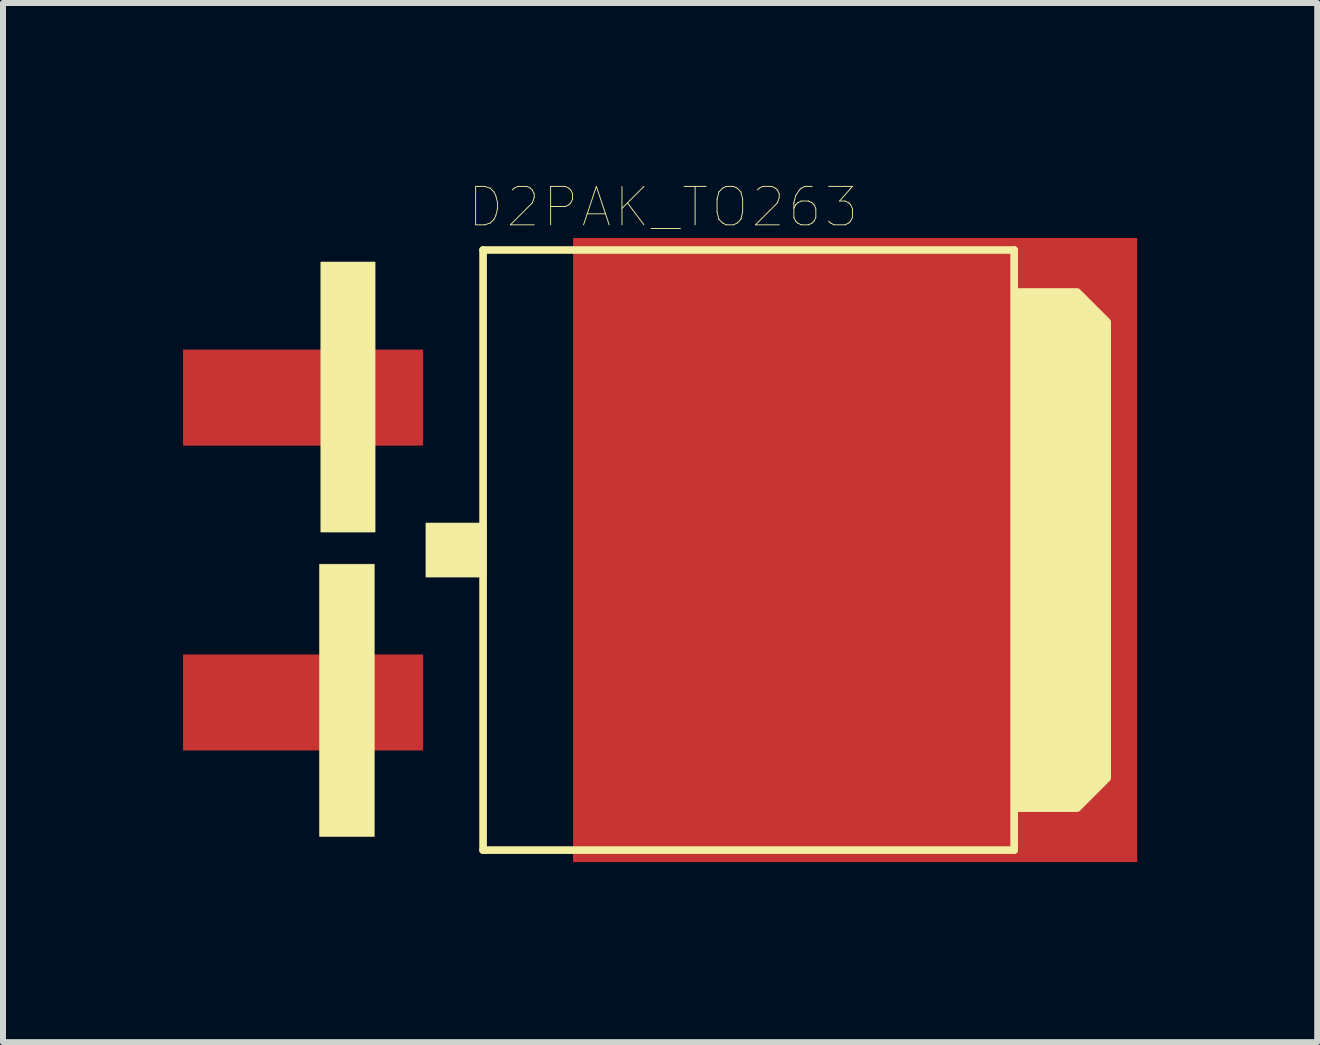
<source format=kicad_pcb>
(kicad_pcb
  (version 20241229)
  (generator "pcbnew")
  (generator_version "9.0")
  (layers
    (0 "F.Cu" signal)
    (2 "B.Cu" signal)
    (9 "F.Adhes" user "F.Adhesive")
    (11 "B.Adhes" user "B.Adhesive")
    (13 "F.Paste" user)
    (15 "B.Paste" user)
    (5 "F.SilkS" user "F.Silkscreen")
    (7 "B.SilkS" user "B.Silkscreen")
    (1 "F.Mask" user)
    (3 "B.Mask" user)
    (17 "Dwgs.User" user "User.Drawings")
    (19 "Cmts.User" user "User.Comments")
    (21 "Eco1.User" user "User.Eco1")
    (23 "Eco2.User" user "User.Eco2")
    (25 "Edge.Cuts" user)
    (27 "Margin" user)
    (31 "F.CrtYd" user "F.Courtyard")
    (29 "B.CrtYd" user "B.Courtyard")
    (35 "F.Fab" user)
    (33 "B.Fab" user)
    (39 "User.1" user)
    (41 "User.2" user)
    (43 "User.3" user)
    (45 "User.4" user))
  (footprint "D2PAK_TO263"
    (layer "F.Cu")
    (at 8 6.116)
    (property "Reference" "D2PAK_TO263" (at 0 -5.715 0) (layer "F.SilkS") (effects (font (size 0.64 0.64) (thickness 0.015))))
    (attr through_hole)
    (fp_line (start -3 -5) (end 5.85 -5) (stroke (width 0.127) (type solid)) (layer "F.SilkS"))
    (fp_line (start -3 5) (end -3 -5) (stroke (width 0.127) (type solid)) (layer "F.SilkS"))
    (fp_line (start 5.85 -5) (end 5.85 5) (stroke (width 0.127) (type solid)) (layer "F.SilkS"))
    (fp_line (start 5.85 5) (end -3 5) (stroke (width 0.127) (type solid)) (layer "F.SilkS"))
    (fp_poly (pts (xy -5.724 0.236) (xy -4.814 0.236) (xy -4.814 4.772) (xy -5.724 4.772)) (stroke (width 0.01) (type solid)) (fill yes) (layer "F.SilkS"))
    (fp_poly (pts (xy -5.703 -4.8) (xy -4.8 -4.8) (xy -4.8 -0.3) (xy -5.703 -0.3)) (stroke (width 0.01) (type solid)) (fill yes) (layer "F.SilkS"))
    (fp_poly (pts (xy -3.952 -0.45) (xy -2.95 -0.45) (xy -2.95 0.45) (xy -3.952 0.45)) (stroke (width 0.01) (type solid)) (fill yes) (layer "F.SilkS"))
    (fp_poly (pts (xy 5.9 -4.3) (xy 6.9 -4.3) (xy 7.4 -3.8) (xy 7.4 3.8) (xy 6.9 4.3) (xy 5.9 4.3)) (stroke (width 0.127) (type solid)) (fill yes) (layer "F.SilkS"))
    (pad "1" smd rect (at -6 -2.54) (size 4 1.6) (layers "F.Cu" "F.Mask" "F.Paste"))
    (pad "2" smd rect (at 3.2 0) (size 9.4 10.4) (layers "F.Cu" "F.Mask" "F.Paste"))
    (pad "3" smd rect (at -6 2.54) (size 4 1.6) (layers "F.Cu" "F.Mask" "F.Paste")))
  (gr_rect
    (start -3 -3)
    (end 18.9 14.316)
    (stroke (width 0.1) (type default))
    (fill no)
    (layer "Edge.Cuts")))
</source>
